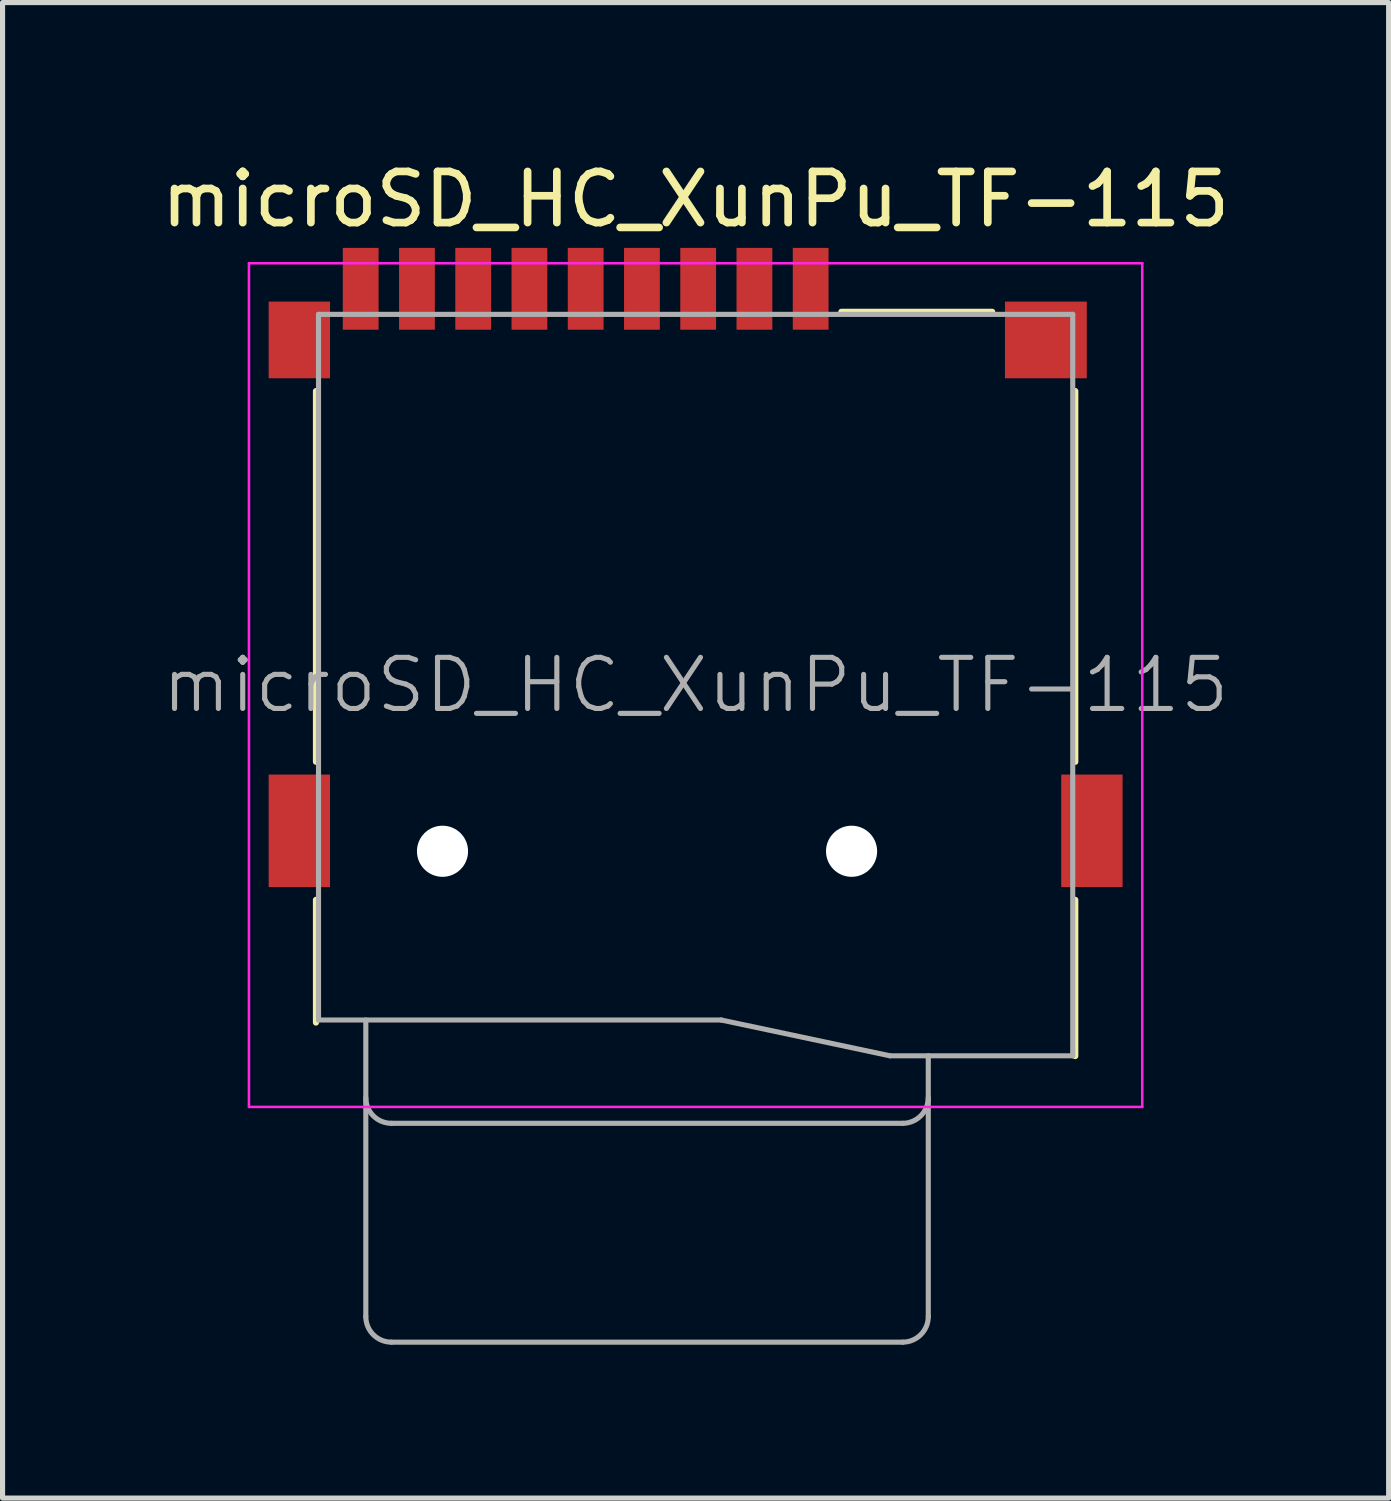
<source format=kicad_pcb>
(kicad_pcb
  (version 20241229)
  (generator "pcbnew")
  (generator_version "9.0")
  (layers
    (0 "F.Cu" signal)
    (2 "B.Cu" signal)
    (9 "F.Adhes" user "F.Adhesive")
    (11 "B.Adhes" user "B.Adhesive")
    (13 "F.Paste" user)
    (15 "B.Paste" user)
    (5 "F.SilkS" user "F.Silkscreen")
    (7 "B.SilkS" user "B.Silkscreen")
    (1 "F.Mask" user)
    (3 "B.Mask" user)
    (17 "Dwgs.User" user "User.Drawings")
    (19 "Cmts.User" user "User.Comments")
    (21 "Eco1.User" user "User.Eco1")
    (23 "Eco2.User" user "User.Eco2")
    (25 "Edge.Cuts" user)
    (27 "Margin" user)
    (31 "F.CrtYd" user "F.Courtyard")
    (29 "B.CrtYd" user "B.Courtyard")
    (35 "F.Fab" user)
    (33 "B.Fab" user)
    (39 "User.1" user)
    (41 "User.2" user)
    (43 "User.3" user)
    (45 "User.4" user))
  (footprint "microSD_HC_XunPu_TF-115"
    (layer "F.Cu")
    (at 10.554 10.348)
    (property "Reference" "microSD_HC_XunPu_TF-115" (at 0 -9.5 0) (layer "F.SilkS") (effects (font (size 1 1) (thickness 0.15))))
    (attr smd)
    (fp_line (start -7.425 -5.75) (end -7.425 1.5) (stroke (width 0.12) (type solid)) (layer "F.SilkS"))
    (fp_line (start -7.425 4.2) (end -7.425 6.6) (stroke (width 0.12) (type solid)) (layer "F.SilkS"))
    (fp_line (start 2.85 -7.3) (end 5.8 -7.3) (stroke (width 0.12) (type solid)) (layer "F.SilkS"))
    (fp_line (start 7.425 -5.75) (end 7.425 1.5) (stroke (width 0.12) (type solid)) (layer "F.SilkS"))
    (fp_line (start 7.425 4.2) (end 7.425 7.255) (stroke (width 0.12) (type solid)) (layer "F.SilkS"))
    (fp_line (start -8.735 -8.25) (end 8.735 -8.25) (stroke (width 0.05) (type solid)) (layer "F.CrtYd"))
    (fp_line (start -8.735 8.25) (end -8.735 -8.25) (stroke (width 0.05) (type solid)) (layer "F.CrtYd"))
    (fp_line (start 8.735 -8.25) (end 8.735 8.25) (stroke (width 0.05) (type solid)) (layer "F.CrtYd"))
    (fp_line (start 8.735 8.25) (end -8.735 8.25) (stroke (width 0.05) (type solid)) (layer "F.CrtYd"))
    (fp_line (start -7.375 6.55) (end -7.375 -7.25) (stroke (width 0.1) (type solid)) (layer "F.Fab"))
    (fp_line (start -6.45 6.55) (end -6.45 12.35) (stroke (width 0.1) (type solid)) (layer "F.Fab"))
    (fp_line (start -5.95 8.57) (end 4.05 8.57) (stroke (width 0.1) (type solid)) (layer "F.Fab"))
    (fp_line (start -5.95 12.85) (end 4.05 12.85) (stroke (width 0.1) (type solid)) (layer "F.Fab"))
    (fp_line (start 0.5 6.55) (end -7.375 6.55) (stroke (width 0.1) (type solid)) (layer "F.Fab"))
    (fp_line (start 3.8 7.25) (end 0.5 6.55) (stroke (width 0.1) (type solid)) (layer "F.Fab"))
    (fp_line (start 4.55 12.35) (end 4.55 7.25) (stroke (width 0.1) (type solid)) (layer "F.Fab"))
    (fp_line (start 7.375 -7.25) (end -7.375 -7.25) (stroke (width 0.1) (type solid)) (layer "F.Fab"))
    (fp_line (start 7.375 7.25) (end 3.8 7.25) (stroke (width 0.1) (type solid)) (layer "F.Fab"))
    (fp_line (start 7.375 7.25) (end 7.375 -7.25) (stroke (width 0.1) (type solid)) (layer "F.Fab"))
    (fp_arc (start -5.95 8.57) (mid -6.303553 8.423553) (end -6.45 8.07) (stroke (width 0.1) (type solid)) (layer "F.Fab"))
    (fp_arc (start -5.95 12.85) (mid -6.303553 12.703553) (end -6.45 12.35) (stroke (width 0.1) (type solid)) (layer "F.Fab"))
    (fp_arc (start 4.55 8.07) (mid 4.403553 8.423553) (end 4.05 8.57) (stroke (width 0.1) (type solid)) (layer "F.Fab"))
    (fp_arc (start 4.55 12.35) (mid 4.403553 12.703553) (end 4.05 12.85) (stroke (width 0.1) (type solid)) (layer "F.Fab"))
    (fp_text user "${REFERENCE}" (at 0 0 0) (layer "F.Fab") (effects (font (size 1 1) (thickness 0.1))))
    (pad "" np_thru_hole circle (at -4.95 3.25) (size 1 1) (drill 1) (layers "*.Cu" "*.Mask"))
    (pad "" np_thru_hole circle (at 3.05 3.25) (size 1 1) (drill 1) (layers "*.Cu" "*.Mask"))
    (pad "1" smd rect (at 2.25 -7.75) (size 0.7 1.6) (layers "F.Cu" "F.Mask" "F.Paste"))
    (pad "2" smd rect (at 1.15 -7.75) (size 0.7 1.6) (layers "F.Cu" "F.Mask" "F.Paste"))
    (pad "3" smd rect (at 0.05 -7.75) (size 0.7 1.6) (layers "F.Cu" "F.Mask" "F.Paste"))
    (pad "4" smd rect (at -1.05 -7.75) (size 0.7 1.6) (layers "F.Cu" "F.Mask" "F.Paste"))
    (pad "5" smd rect (at -2.15 -7.75) (size 0.7 1.6) (layers "F.Cu" "F.Mask" "F.Paste"))
    (pad "6" smd rect (at -3.25 -7.75) (size 0.7 1.6) (layers "F.Cu" "F.Mask" "F.Paste"))
    (pad "7" smd rect (at -4.35 -7.75) (size 0.7 1.6) (layers "F.Cu" "F.Mask" "F.Paste"))
    (pad "8" smd rect (at -5.45 -7.75) (size 0.7 1.6) (layers "F.Cu" "F.Mask" "F.Paste"))
    (pad "CD" smd rect (at -6.55 -7.75) (size 0.7 1.6) (layers "F.Cu" "F.Mask" "F.Paste"))
    (pad "GND" smd rect (at -7.75 -6.75) (size 1.2 1.5) (layers "F.Cu" "F.Mask" "F.Paste"))
    (pad "GND" smd rect (at -7.75 2.85) (size 1.2 2.2) (layers "F.Cu" "F.Mask" "F.Paste"))
    (pad "GND" smd rect (at 6.85 -6.75) (size 1.6 1.5) (layers "F.Cu" "F.Mask" "F.Paste"))
    (pad "GND" smd rect (at 7.75 2.85) (size 1.2 2.2) (layers "F.Cu" "F.Mask" "F.Paste")))
  (gr_rect
    (start -3 -3)
    (end 24.107 26.248)
    (stroke (width 0.1) (type default))
    (fill no)
    (layer "Edge.Cuts")))
</source>
